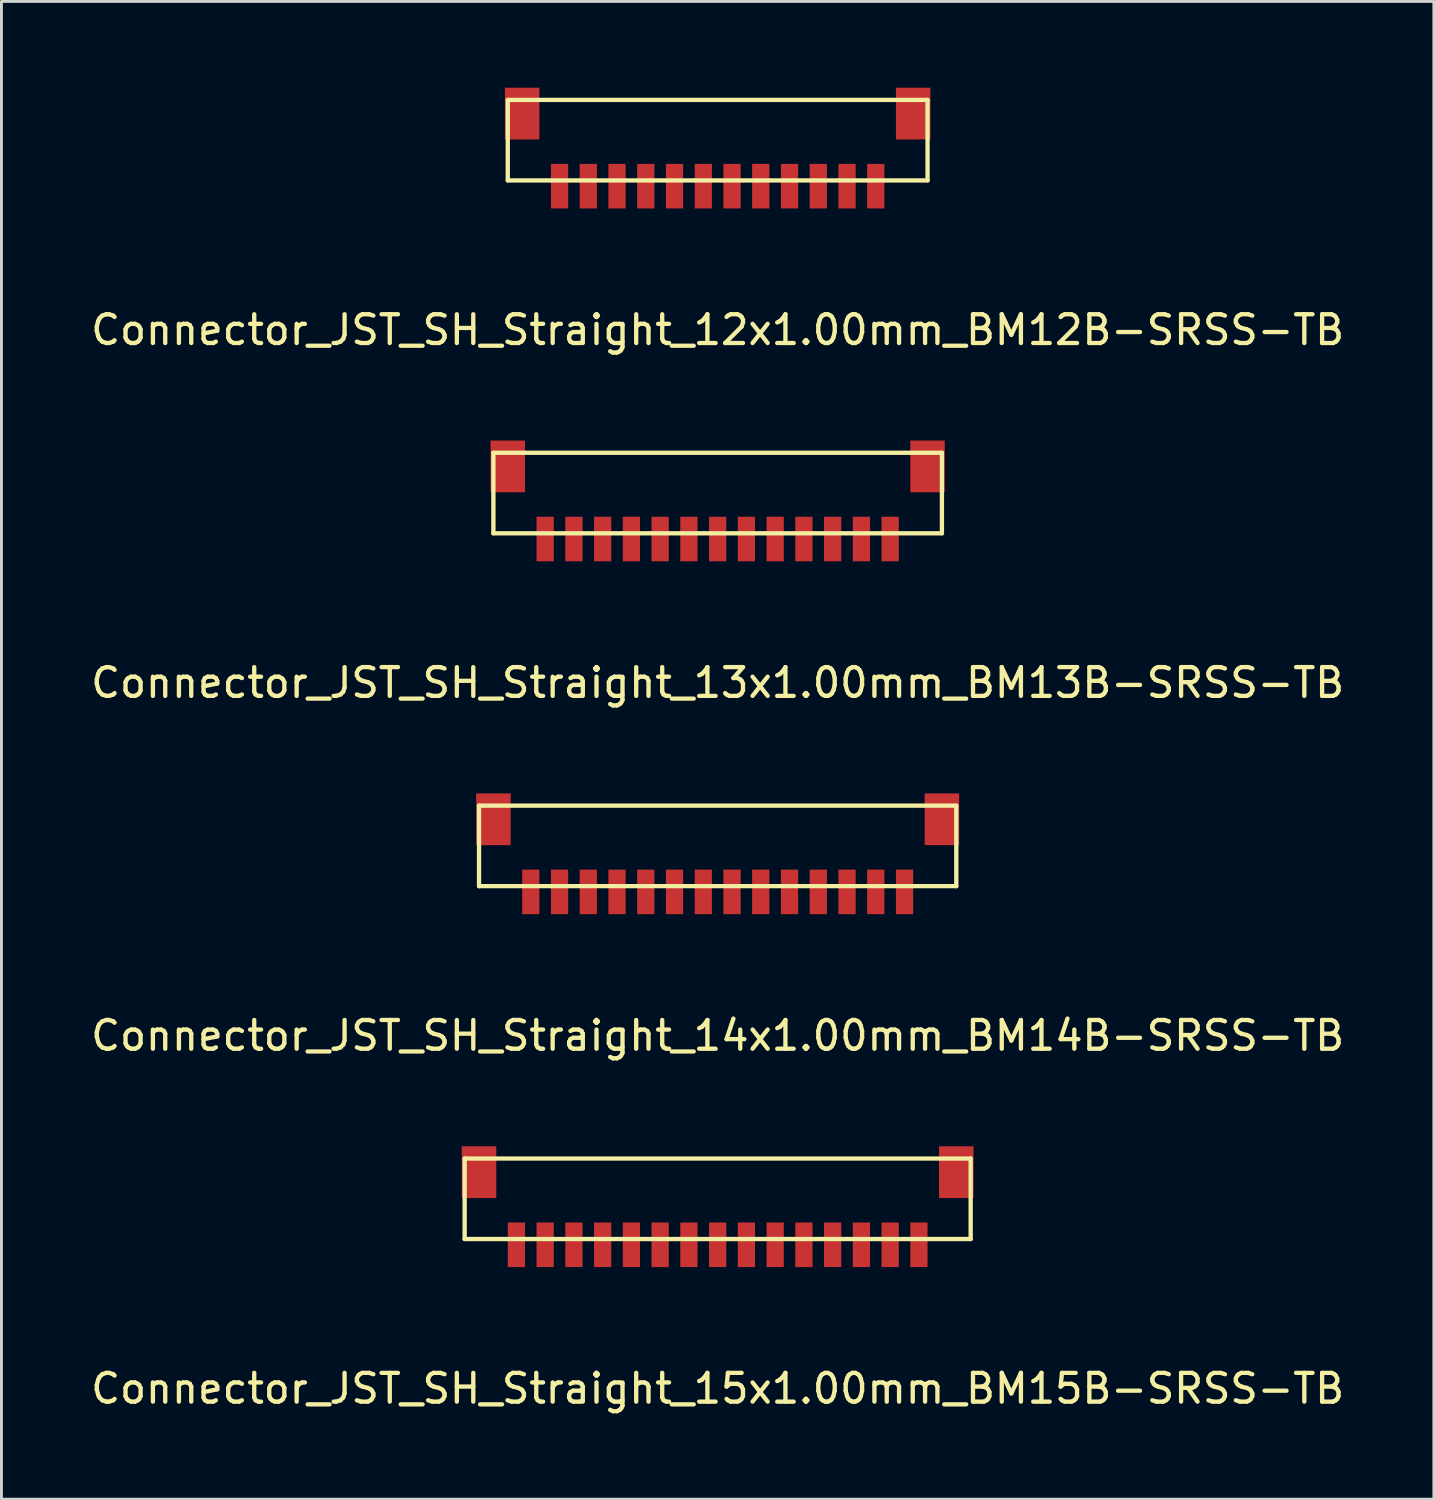
<source format=kicad_pcb>
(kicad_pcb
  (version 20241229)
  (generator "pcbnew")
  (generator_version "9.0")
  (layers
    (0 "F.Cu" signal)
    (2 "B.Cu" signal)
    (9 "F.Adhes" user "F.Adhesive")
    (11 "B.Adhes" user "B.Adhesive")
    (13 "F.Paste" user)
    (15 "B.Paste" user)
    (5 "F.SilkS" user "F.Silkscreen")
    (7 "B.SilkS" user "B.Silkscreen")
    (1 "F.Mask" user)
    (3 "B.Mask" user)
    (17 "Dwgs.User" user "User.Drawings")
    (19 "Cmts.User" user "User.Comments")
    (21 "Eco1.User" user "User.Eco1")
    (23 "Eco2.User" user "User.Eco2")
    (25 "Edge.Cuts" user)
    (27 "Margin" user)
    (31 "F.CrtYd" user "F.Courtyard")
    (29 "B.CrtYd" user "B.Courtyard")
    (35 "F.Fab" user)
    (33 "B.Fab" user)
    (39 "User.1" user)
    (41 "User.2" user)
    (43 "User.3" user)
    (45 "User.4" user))
  (footprint "Connector_JST_SH_Straight_12x1.00mm_BM12B-SRSS-TB"
    (layer "F.Cu")
    (at 21.911 3.425)
    (property "Reference" "Connector_JST_SH_Straight_12x1.00mm_BM12B-SRSS-TB" (at 0 5 0) (layer "F.SilkS") (effects (font (size 1 1) (thickness 0.15))))
    (attr smd)
    (fp_line (start -7.3 -3) (end -7.3 -0.2) (stroke (width 0.15) (type solid)) (layer "F.SilkS"))
    (fp_line (start -7.3 -3) (end 7.3 -3) (stroke (width 0.15) (type solid)) (layer "F.SilkS"))
    (fp_line (start -7.3 -0.2) (end 7.3 -0.2) (stroke (width 0.15) (type solid)) (layer "F.SilkS"))
    (fp_line (start 7.3 -3) (end 7.3 -0.2) (stroke (width 0.15) (type solid)) (layer "F.SilkS"))
    (pad "1" smd rect (at -5.5 0) (size 0.6 1.55) (layers "F.Cu" "F.Mask" "F.Paste"))
    (pad "2" smd rect (at -4.5 0) (size 0.6 1.55) (layers "F.Cu" "F.Mask" "F.Paste"))
    (pad "3" smd rect (at -3.5 0) (size 0.6 1.55) (layers "F.Cu" "F.Mask" "F.Paste"))
    (pad "4" smd rect (at -2.5 0) (size 0.6 1.55) (layers "F.Cu" "F.Mask" "F.Paste"))
    (pad "5" smd rect (at -1.5 0) (size 0.6 1.55) (layers "F.Cu" "F.Mask" "F.Paste"))
    (pad "6" smd rect (at -0.5 0) (size 0.6 1.55) (layers "F.Cu" "F.Mask" "F.Paste"))
    (pad "7" smd rect (at 0.5 0) (size 0.6 1.55) (layers "F.Cu" "F.Mask" "F.Paste"))
    (pad "8" smd rect (at 1.5 0) (size 0.6 1.55) (layers "F.Cu" "F.Mask" "F.Paste"))
    (pad "9" smd rect (at 2.5 0) (size 0.6 1.55) (layers "F.Cu" "F.Mask" "F.Paste"))
    (pad "10" smd rect (at 3.5 0) (size 0.6 1.55) (layers "F.Cu" "F.Mask" "F.Paste"))
    (pad "11" smd rect (at 4.5 0) (size 0.6 1.55) (layers "F.Cu" "F.Mask" "F.Paste"))
    (pad "12" smd rect (at 5.5 0) (size 0.6 1.55) (layers "F.Cu" "F.Mask" "F.Paste"))
    (pad "13" smd rect (at -6.8 -2.525) (size 1.2 1.8) (layers "F.Cu" "F.Mask" "F.Paste"))
    (pad "13" smd rect (at 6.8 -2.525) (size 1.2 1.8) (layers "F.Cu" "F.Mask" "F.Paste")))
  (footprint "Connector_JST_SH_Straight_14x1.00mm_BM14B-SRSS-TB"
    (layer "F.Cu")
    (at 21.911 27.971)
    (property "Reference" "Connector_JST_SH_Straight_14x1.00mm_BM14B-SRSS-TB" (at 0 5 0) (layer "F.SilkS") (effects (font (size 1 1) (thickness 0.15))))
    (attr smd)
    (fp_line (start -8.3 -3) (end -8.3 -0.2) (stroke (width 0.15) (type solid)) (layer "F.SilkS"))
    (fp_line (start -8.3 -3) (end 8.3 -3) (stroke (width 0.15) (type solid)) (layer "F.SilkS"))
    (fp_line (start -8.3 -0.2) (end 8.3 -0.2) (stroke (width 0.15) (type solid)) (layer "F.SilkS"))
    (fp_line (start 8.3 -3) (end 8.3 -0.2) (stroke (width 0.15) (type solid)) (layer "F.SilkS"))
    (pad "1" smd rect (at -6.5 0) (size 0.6 1.55) (layers "F.Cu" "F.Mask" "F.Paste"))
    (pad "2" smd rect (at -5.5 0) (size 0.6 1.55) (layers "F.Cu" "F.Mask" "F.Paste"))
    (pad "3" smd rect (at -4.5 0) (size 0.6 1.55) (layers "F.Cu" "F.Mask" "F.Paste"))
    (pad "4" smd rect (at -3.5 0) (size 0.6 1.55) (layers "F.Cu" "F.Mask" "F.Paste"))
    (pad "5" smd rect (at -2.5 0) (size 0.6 1.55) (layers "F.Cu" "F.Mask" "F.Paste"))
    (pad "6" smd rect (at -1.5 0) (size 0.6 1.55) (layers "F.Cu" "F.Mask" "F.Paste"))
    (pad "7" smd rect (at -0.5 0) (size 0.6 1.55) (layers "F.Cu" "F.Mask" "F.Paste"))
    (pad "8" smd rect (at 0.5 0) (size 0.6 1.55) (layers "F.Cu" "F.Mask" "F.Paste"))
    (pad "9" smd rect (at 1.5 0) (size 0.6 1.55) (layers "F.Cu" "F.Mask" "F.Paste"))
    (pad "10" smd rect (at 2.5 0) (size 0.6 1.55) (layers "F.Cu" "F.Mask" "F.Paste"))
    (pad "11" smd rect (at 3.5 0) (size 0.6 1.55) (layers "F.Cu" "F.Mask" "F.Paste"))
    (pad "12" smd rect (at 4.5 0) (size 0.6 1.55) (layers "F.Cu" "F.Mask" "F.Paste"))
    (pad "13" smd rect (at 5.5 0) (size 0.6 1.55) (layers "F.Cu" "F.Mask" "F.Paste"))
    (pad "14" smd rect (at 6.5 0) (size 0.6 1.55) (layers "F.Cu" "F.Mask" "F.Paste"))
    (pad "15" smd rect (at -7.8 -2.525) (size 1.2 1.8) (layers "F.Cu" "F.Mask" "F.Paste"))
    (pad "15" smd rect (at 7.8 -2.525) (size 1.2 1.8) (layers "F.Cu" "F.Mask" "F.Paste")))
  (footprint "Connector_JST_SH_Straight_15x1.00mm_BM15B-SRSS-TB"
    (layer "F.Cu")
    (at 21.911 40.245)
    (property "Reference" "Connector_JST_SH_Straight_15x1.00mm_BM15B-SRSS-TB" (at 0 5 0) (layer "F.SilkS") (effects (font (size 1 1) (thickness 0.15))))
    (attr smd)
    (fp_line (start -8.8 -3) (end -8.8 -0.2) (stroke (width 0.15) (type solid)) (layer "F.SilkS"))
    (fp_line (start -8.8 -3) (end 8.8 -3) (stroke (width 0.15) (type solid)) (layer "F.SilkS"))
    (fp_line (start -8.8 -0.2) (end 8.8 -0.2) (stroke (width 0.15) (type solid)) (layer "F.SilkS"))
    (fp_line (start 8.8 -3) (end 8.8 -0.2) (stroke (width 0.15) (type solid)) (layer "F.SilkS"))
    (pad "1" smd rect (at -7 0) (size 0.6 1.55) (layers "F.Cu" "F.Mask" "F.Paste"))
    (pad "2" smd rect (at -6 0) (size 0.6 1.55) (layers "F.Cu" "F.Mask" "F.Paste"))
    (pad "3" smd rect (at -5 0) (size 0.6 1.55) (layers "F.Cu" "F.Mask" "F.Paste"))
    (pad "4" smd rect (at -4 0) (size 0.6 1.55) (layers "F.Cu" "F.Mask" "F.Paste"))
    (pad "5" smd rect (at -3 0) (size 0.6 1.55) (layers "F.Cu" "F.Mask" "F.Paste"))
    (pad "6" smd rect (at -2 0) (size 0.6 1.55) (layers "F.Cu" "F.Mask" "F.Paste"))
    (pad "7" smd rect (at -1 0) (size 0.6 1.55) (layers "F.Cu" "F.Mask" "F.Paste"))
    (pad "8" smd rect (at 0 0) (size 0.6 1.55) (layers "F.Cu" "F.Mask" "F.Paste"))
    (pad "9" smd rect (at 1 0) (size 0.6 1.55) (layers "F.Cu" "F.Mask" "F.Paste"))
    (pad "10" smd rect (at 2 0) (size 0.6 1.55) (layers "F.Cu" "F.Mask" "F.Paste"))
    (pad "11" smd rect (at 3 0) (size 0.6 1.55) (layers "F.Cu" "F.Mask" "F.Paste"))
    (pad "12" smd rect (at 4 0) (size 0.6 1.55) (layers "F.Cu" "F.Mask" "F.Paste"))
    (pad "13" smd rect (at 5 0) (size 0.6 1.55) (layers "F.Cu" "F.Mask" "F.Paste"))
    (pad "14" smd rect (at 6 0) (size 0.6 1.55) (layers "F.Cu" "F.Mask" "F.Paste"))
    (pad "15" smd rect (at 7 0) (size 0.6 1.55) (layers "F.Cu" "F.Mask" "F.Paste"))
    (pad "16" smd rect (at -8.3 -2.525) (size 1.2 1.8) (layers "F.Cu" "F.Mask" "F.Paste"))
    (pad "16" smd rect (at 8.3 -2.525) (size 1.2 1.8) (layers "F.Cu" "F.Mask" "F.Paste")))
  (footprint "Connector_JST_SH_Straight_13x1.00mm_BM13B-SRSS-TB"
    (layer "F.Cu")
    (at 21.911 15.698)
    (property "Reference" "Connector_JST_SH_Straight_13x1.00mm_BM13B-SRSS-TB" (at 0 5 0) (layer "F.SilkS") (effects (font (size 1 1) (thickness 0.15))))
    (attr smd)
    (fp_line (start -7.8 -3) (end -7.8 -0.2) (stroke (width 0.15) (type solid)) (layer "F.SilkS"))
    (fp_line (start -7.8 -3) (end 7.8 -3) (stroke (width 0.15) (type solid)) (layer "F.SilkS"))
    (fp_line (start -7.8 -0.2) (end 7.8 -0.2) (stroke (width 0.15) (type solid)) (layer "F.SilkS"))
    (fp_line (start 7.8 -3) (end 7.8 -0.2) (stroke (width 0.15) (type solid)) (layer "F.SilkS"))
    (pad "1" smd rect (at -6 0) (size 0.6 1.55) (layers "F.Cu" "F.Mask" "F.Paste"))
    (pad "2" smd rect (at -5 0) (size 0.6 1.55) (layers "F.Cu" "F.Mask" "F.Paste"))
    (pad "3" smd rect (at -4 0) (size 0.6 1.55) (layers "F.Cu" "F.Mask" "F.Paste"))
    (pad "4" smd rect (at -3 0) (size 0.6 1.55) (layers "F.Cu" "F.Mask" "F.Paste"))
    (pad "5" smd rect (at -2 0) (size 0.6 1.55) (layers "F.Cu" "F.Mask" "F.Paste"))
    (pad "6" smd rect (at -1 0) (size 0.6 1.55) (layers "F.Cu" "F.Mask" "F.Paste"))
    (pad "7" smd rect (at 0 0) (size 0.6 1.55) (layers "F.Cu" "F.Mask" "F.Paste"))
    (pad "8" smd rect (at 1 0) (size 0.6 1.55) (layers "F.Cu" "F.Mask" "F.Paste"))
    (pad "9" smd rect (at 2 0) (size 0.6 1.55) (layers "F.Cu" "F.Mask" "F.Paste"))
    (pad "10" smd rect (at 3 0) (size 0.6 1.55) (layers "F.Cu" "F.Mask" "F.Paste"))
    (pad "11" smd rect (at 4 0) (size 0.6 1.55) (layers "F.Cu" "F.Mask" "F.Paste"))
    (pad "12" smd rect (at 5 0) (size 0.6 1.55) (layers "F.Cu" "F.Mask" "F.Paste"))
    (pad "13" smd rect (at 6 0) (size 0.6 1.55) (layers "F.Cu" "F.Mask" "F.Paste"))
    (pad "14" smd rect (at -7.3 -2.525) (size 1.2 1.8) (layers "F.Cu" "F.Mask" "F.Paste"))
    (pad "14" smd rect (at 7.3 -2.525) (size 1.2 1.8) (layers "F.Cu" "F.Mask" "F.Paste")))
  (gr_rect
    (start -3 -3)
    (end 46.821 49.093)
    (stroke (width 0.1) (type default))
    (fill no)
    (layer "Edge.Cuts")))
</source>
